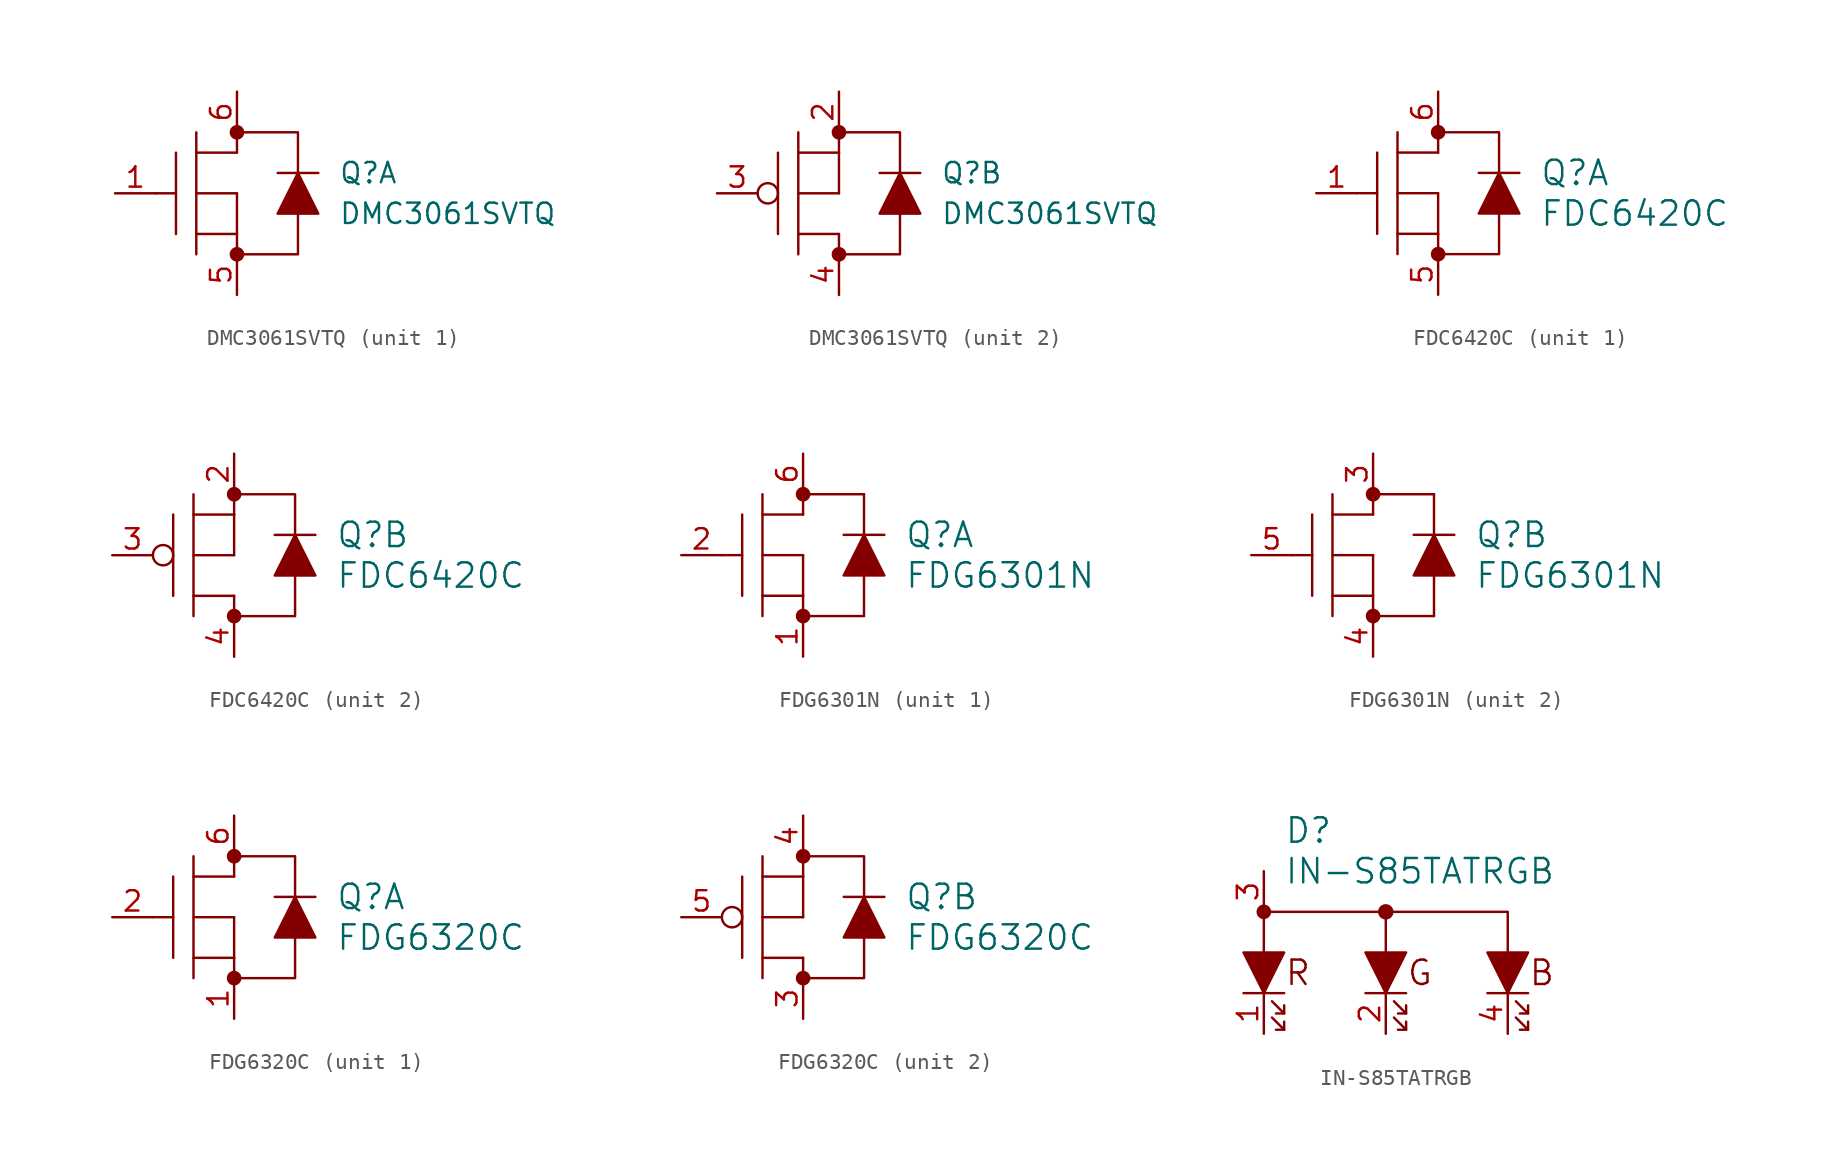
<source format=kicad_sym>
(kicad_symbol_lib
  (version 20231120)
  (generator "kicad_symbol_editor")
  (generator_version "8.0")
  (symbol "DMC3061SVTQ"
    (pin_names
      (offset 1.016))
    (property "Reference" "Q"
      (at 6.35 1.27 0)
      (effects (font (size 1.27 1.27)) (justify left)))
    (property "Value" "DMC3061SVTQ"
      (at 6.35 -1.27 0)
      (effects (font (size 1.27 1.27)) (justify left)))
    (property "ki_locked" ""
      (at 0 0 0)
      (effects (font (size 1.27 1.27))))
    (symbol "DMC3061SVTQ_0_1"
      (circle (center 0 -3.81) (radius 0.381) (stroke (width 0) (type default)) (fill (type outline)))
      (polyline (pts (xy -3.81 2.54) (xy -3.81 -2.54)) (stroke (width 0) (type default)) (fill (type none)))
      (polyline (pts (xy -2.54 -2.54) (xy 0 -2.54)) (stroke (width 0) (type default)) (fill (type none)))
      (polyline (pts (xy -2.54 0) (xy 0 0)) (stroke (width 0) (type default)) (fill (type none)))
      (polyline (pts (xy -2.54 3.81) (xy -2.54 -3.81)) (stroke (width 0) (type default)) (fill (type none)))
      (polyline (pts (xy 0 -2.54) (xy 0 -3.81)) (stroke (width 0) (type default)) (fill (type none)))
      (polyline (pts (xy 0 2.54) (xy -2.54 2.54)) (stroke (width 0) (type default)) (fill (type none)))
      (polyline (pts (xy 2.54 1.27) (xy 5.08 1.27)) (stroke (width 0) (type default)) (fill (type none)))
      (polyline (pts (xy 0 -3.81) (xy 3.81 -3.81) (xy 3.81 -1.27)) (stroke (width 0) (type default)) (fill (type none)))
      (polyline (pts (xy 0 2.54) (xy 0 3.81) (xy 3.81 3.81) (xy 3.81 1.27)) (stroke (width 0) (type default)) (fill (type none)))
      (polyline (pts (xy 3.81 1.27) (xy 2.54 -1.27) (xy 5.08 -1.27) (xy 3.81 1.27)) (stroke (width 0) (type default)) (fill (type outline)))
      (circle (center 0 3.81) (radius 0.381) (stroke (width 0) (type default)) (fill (type outline))))
    (symbol "DMC3061SVTQ_1_1"
      (polyline (pts (xy -5.08 0) (xy -3.81 0)) (stroke (width 0) (type default)) (fill (type none)))
      (polyline (pts (xy 0 0) (xy 0 -2.54)) (stroke (width 0) (type default)) (fill (type none)))
      (pin input line (at -7.62 0 0) (length 2.54) (name "~" (effects (font (size 1.27 1.27)))) (number "1" (effects (font (size 1.27 1.27)))))
      (pin input line (at 0 -6.35 90) (length 2.54) (name "~" (effects (font (size 1.27 1.27)))) (number "5" (effects (font (size 1.27 1.27)))))
      (pin input line (at 0 6.35 270) (length 2.54) (name "~" (effects (font (size 1.27 1.27)))) (number "6" (effects (font (size 1.27 1.27))))))
    (symbol "DMC3061SVTQ_2_1"
      (circle (center -4.445 0) (radius 0.635) (stroke (width 0) (type default)) (fill (type none)))
      (polyline (pts (xy 0 0) (xy 0 2.54)) (stroke (width 0) (type default)) (fill (type none)))
      (pin input line (at 0 6.35 270) (length 2.54) (name "~" (effects (font (size 1.27 1.27)))) (number "2" (effects (font (size 1.27 1.27)))))
      (pin input line (at -7.62 0 0) (length 2.54) (name "~" (effects (font (size 1.27 1.27)))) (number "3" (effects (font (size 1.27 1.27)))))
      (pin input line (at 0 -6.35 90) (length 2.54) (name "~" (effects (font (size 1.27 1.27)))) (number "4" (effects (font (size 1.27 1.27)))))))
  (symbol "FDC6420C"
    (pin_names
      (offset 1.016))
    (property "Reference" "Q"
      (at 6.35 1.27 0)
      (effects (font (size 1.524 1.524)) (justify left)))
    (property "Value" "FDC6420C"
      (at 6.35 -1.27 0)
      (effects (font (size 1.524 1.524)) (justify left)))
    (property "ki_locked" ""
      (at 0 0 0)
      (effects (font (size 1.27 1.27))))
    (symbol "FDC6420C_0_1"
      (circle (center 0 -3.81) (radius 0.381) (stroke (width 0) (type default)) (fill (type outline)))
      (polyline (pts (xy -3.81 2.54) (xy -3.81 -2.54)) (stroke (width 0) (type default)) (fill (type none)))
      (polyline (pts (xy -2.54 -2.54) (xy 0 -2.54)) (stroke (width 0) (type default)) (fill (type none)))
      (polyline (pts (xy -2.54 0) (xy 0 0)) (stroke (width 0) (type default)) (fill (type none)))
      (polyline (pts (xy -2.54 3.81) (xy -2.54 -3.81)) (stroke (width 0) (type default)) (fill (type none)))
      (polyline (pts (xy 0 -2.54) (xy 0 -3.81)) (stroke (width 0) (type default)) (fill (type none)))
      (polyline (pts (xy 0 2.54) (xy -2.54 2.54)) (stroke (width 0) (type default)) (fill (type none)))
      (polyline (pts (xy 2.54 1.27) (xy 5.08 1.27)) (stroke (width 0) (type default)) (fill (type none)))
      (polyline (pts (xy 0 -3.81) (xy 3.81 -3.81) (xy 3.81 -1.27)) (stroke (width 0) (type default)) (fill (type none)))
      (polyline (pts (xy 0 2.54) (xy 0 3.81) (xy 3.81 3.81) (xy 3.81 1.27)) (stroke (width 0) (type default)) (fill (type none)))
      (polyline (pts (xy 3.81 1.27) (xy 2.54 -1.27) (xy 5.08 -1.27) (xy 3.81 1.27)) (stroke (width 0) (type default)) (fill (type outline)))
      (circle (center 0 3.81) (radius 0.381) (stroke (width 0) (type default)) (fill (type outline))))
    (symbol "FDC6420C_1_1"
      (polyline (pts (xy -5.08 0) (xy -3.81 0)) (stroke (width 0) (type default)) (fill (type none)))
      (polyline (pts (xy 0 0) (xy 0 -2.54)) (stroke (width 0) (type default)) (fill (type none)))
      (pin input line (at -7.62 0 0) (length 2.54) (name "~" (effects (font (size 1.27 1.27)))) (number "1" (effects (font (size 1.27 1.27)))))
      (pin input line (at 0 -6.35 90) (length 2.54) (name "~" (effects (font (size 1.27 1.27)))) (number "5" (effects (font (size 1.27 1.27)))))
      (pin input line (at 0 6.35 270) (length 2.54) (name "~" (effects (font (size 1.27 1.27)))) (number "6" (effects (font (size 1.27 1.27))))))
    (symbol "FDC6420C_2_1"
      (circle (center -4.445 0) (radius 0.635) (stroke (width 0) (type default)) (fill (type none)))
      (polyline (pts (xy 0 0) (xy 0 2.54)) (stroke (width 0) (type default)) (fill (type none)))
      (pin input line (at 0 6.35 270) (length 2.54) (name "~" (effects (font (size 1.27 1.27)))) (number "2" (effects (font (size 1.27 1.27)))))
      (pin input line (at -7.62 0 0) (length 2.54) (name "~" (effects (font (size 1.27 1.27)))) (number "3" (effects (font (size 1.27 1.27)))))
      (pin input line (at 0 -6.35 90) (length 2.54) (name "~" (effects (font (size 1.27 1.27)))) (number "4" (effects (font (size 1.27 1.27)))))))
  (symbol "FDG6301N"
    (pin_names
      (offset 1.016))
    (property "Reference" "Q"
      (at 6.35 1.27 0)
      (effects (font (size 1.524 1.524)) (justify left)))
    (property "Value" "FDG6301N"
      (at 6.35 -1.27 0)
      (effects (font (size 1.524 1.524)) (justify left)))
    (property "ki_locked" ""
      (at 0 0 0)
      (effects (font (size 1.27 1.27))))
    (symbol "FDG6301N_0_1"
      (circle (center 0 -3.81) (radius 0.381) (stroke (width 0) (type default)) (fill (type outline)))
      (polyline (pts (xy -3.81 0) (xy -5.08 0)) (stroke (width 0) (type default)) (fill (type none)))
      (polyline (pts (xy -3.81 2.54) (xy -3.81 -2.54)) (stroke (width 0) (type default)) (fill (type none)))
      (polyline (pts (xy -2.54 -2.54) (xy 0 -2.54)) (stroke (width 0) (type default)) (fill (type none)))
      (polyline (pts (xy -2.54 0) (xy 0 0)) (stroke (width 0) (type default)) (fill (type none)))
      (polyline (pts (xy -2.54 3.81) (xy -2.54 -3.81)) (stroke (width 0) (type default)) (fill (type none)))
      (polyline (pts (xy 0 -2.54) (xy 0 -3.81)) (stroke (width 0) (type default)) (fill (type none)))
      (polyline (pts (xy 0 0) (xy 0 -2.54)) (stroke (width 0) (type default)) (fill (type none)))
      (polyline (pts (xy 0 2.54) (xy -2.54 2.54)) (stroke (width 0) (type default)) (fill (type none)))
      (polyline (pts (xy 0 3.81) (xy 0 2.54)) (stroke (width 0) (type default)) (fill (type none)))
      (polyline (pts (xy 0 3.81) (xy 3.81 3.81)) (stroke (width 0) (type default)) (fill (type none)))
      (polyline (pts (xy 2.54 1.27) (xy 5.08 1.27)) (stroke (width 0) (type default)) (fill (type none)))
      (polyline (pts (xy 3.81 -3.81) (xy 0 -3.81)) (stroke (width 0) (type default)) (fill (type none)))
      (polyline (pts (xy 3.81 -1.27) (xy 3.81 -3.81)) (stroke (width 0) (type default)) (fill (type none)))
      (polyline (pts (xy 3.81 3.81) (xy 3.81 1.27)) (stroke (width 0) (type default)) (fill (type none)))
      (polyline (pts (xy 3.81 1.27) (xy 2.54 -1.27) (xy 5.08 -1.27) (xy 3.81 1.27)) (stroke (width 0) (type default)) (fill (type outline)))
      (circle (center 0 3.81) (radius 0.381) (stroke (width 0) (type default)) (fill (type outline))))
    (symbol "FDG6301N_1_1"
      (pin input line (at 0 -6.35 90) (length 2.54) (name "~" (effects (font (size 1.27 1.27)))) (number "1" (effects (font (size 1.27 1.27)))))
      (pin input line (at -7.62 0 0) (length 2.54) (name "~" (effects (font (size 1.27 1.27)))) (number "2" (effects (font (size 1.27 1.27)))))
      (pin input line (at 0 6.35 270) (length 2.54) (name "~" (effects (font (size 1.27 1.27)))) (number "6" (effects (font (size 1.27 1.27))))))
    (symbol "FDG6301N_2_1"
      (pin input line (at 0 6.35 270) (length 2.54) (name "~" (effects (font (size 1.27 1.27)))) (number "3" (effects (font (size 1.27 1.27)))))
      (pin input line (at 0 -6.35 90) (length 2.54) (name "~" (effects (font (size 1.27 1.27)))) (number "4" (effects (font (size 1.27 1.27)))))
      (pin input line (at -7.62 0 0) (length 2.54) (name "~" (effects (font (size 1.27 1.27)))) (number "5" (effects (font (size 1.27 1.27)))))))
  (symbol "FDG6320C"
    (pin_names
      (offset 1.016))
    (property "Reference" "Q"
      (at 6.35 1.27 0)
      (effects (font (size 1.524 1.524)) (justify left)))
    (property "Value" "FDG6320C"
      (at 6.35 -1.27 0)
      (effects (font (size 1.524 1.524)) (justify left)))
    (property "ki_locked" ""
      (at 0 0 0)
      (effects (font (size 1.27 1.27))))
    (symbol "FDG6320C_0_1"
      (circle (center 0 -3.81) (radius 0.381) (stroke (width 0) (type default)) (fill (type outline)))
      (polyline (pts (xy -3.81 2.54) (xy -3.81 -2.54)) (stroke (width 0) (type default)) (fill (type none)))
      (polyline (pts (xy -2.54 -2.54) (xy 0 -2.54)) (stroke (width 0) (type default)) (fill (type none)))
      (polyline (pts (xy -2.54 0) (xy 0 0)) (stroke (width 0) (type default)) (fill (type none)))
      (polyline (pts (xy -2.54 3.81) (xy -2.54 -3.81)) (stroke (width 0) (type default)) (fill (type none)))
      (polyline (pts (xy 0 -2.54) (xy 0 -3.81)) (stroke (width 0) (type default)) (fill (type none)))
      (polyline (pts (xy 0 2.54) (xy -2.54 2.54)) (stroke (width 0) (type default)) (fill (type none)))
      (polyline (pts (xy 2.54 1.27) (xy 5.08 1.27)) (stroke (width 0) (type default)) (fill (type none)))
      (polyline (pts (xy 0 -3.81) (xy 3.81 -3.81) (xy 3.81 -1.27)) (stroke (width 0) (type default)) (fill (type none)))
      (polyline (pts (xy 0 2.54) (xy 0 3.81) (xy 3.81 3.81) (xy 3.81 1.27)) (stroke (width 0) (type default)) (fill (type none)))
      (polyline (pts (xy 3.81 1.27) (xy 2.54 -1.27) (xy 5.08 -1.27) (xy 3.81 1.27)) (stroke (width 0) (type default)) (fill (type outline)))
      (circle (center 0 3.81) (radius 0.381) (stroke (width 0) (type default)) (fill (type outline))))
    (symbol "FDG6320C_1_1"
      (polyline (pts (xy -5.08 0) (xy -3.81 0)) (stroke (width 0) (type default)) (fill (type none)))
      (polyline (pts (xy 0 0) (xy 0 -2.54)) (stroke (width 0) (type default)) (fill (type none)))
      (pin input line (at 0 -6.35 90) (length 2.54) (name "~" (effects (font (size 1.27 1.27)))) (number "1" (effects (font (size 1.27 1.27)))))
      (pin input line (at -7.62 0 0) (length 2.54) (name "~" (effects (font (size 1.27 1.27)))) (number "2" (effects (font (size 1.27 1.27)))))
      (pin input line (at 0 6.35 270) (length 2.54) (name "~" (effects (font (size 1.27 1.27)))) (number "6" (effects (font (size 1.27 1.27))))))
    (symbol "FDG6320C_2_1"
      (circle (center -4.445 0) (radius 0.635) (stroke (width 0) (type default)) (fill (type none)))
      (polyline (pts (xy 0 0) (xy 0 2.54)) (stroke (width 0) (type default)) (fill (type none)))
      (pin input line (at 0 -6.35 90) (length 2.54) (name "~" (effects (font (size 1.27 1.27)))) (number "3" (effects (font (size 1.27 1.27)))))
      (pin input line (at 0 6.35 270) (length 2.54) (name "~" (effects (font (size 1.27 1.27)))) (number "4" (effects (font (size 1.27 1.27)))))
      (pin input line (at -7.62 0 0) (length 2.54) (name "~" (effects (font (size 1.27 1.27)))) (number "5" (effects (font (size 1.27 1.27)))))))
  (symbol "IN-S85TATRGB"
    (pin_names
      (offset 1.016))
    (property "Reference" "D"
      (at -6.35 8.89 0)
      (effects (font (size 1.524 1.524)) (justify left)))
    (property "Value" "IN-S85TATRGB"
      (at -6.35 6.35 0)
      (effects (font (size 1.524 1.524)) (justify left)))
    (symbol "IN-S85TATRGB_0_0"
      (circle (center -7.62 3.81) (radius 0.381) (stroke (width 0) (type default)) (fill (type outline)))
      (polyline (pts (xy -8.89 -1.27) (xy -6.35 -1.27)) (stroke (width 0) (type default)) (fill (type none)))
      (polyline (pts (xy -6.35 -3.556) (xy -6.858 -3.556)) (stroke (width 0) (type default)) (fill (type none)))
      (polyline (pts (xy -6.35 -2.54) (xy -6.858 -2.54)) (stroke (width 0) (type default)) (fill (type none)))
      (polyline (pts (xy 0 1.27) (xy 0 3.81)) (stroke (width 0) (type default)) (fill (type none)))
      (polyline (pts (xy 1.27 -3.556) (xy 0.762 -3.556)) (stroke (width 0) (type default)) (fill (type none)))
      (polyline (pts (xy 1.27 -2.54) (xy 0.762 -2.54)) (stroke (width 0) (type default)) (fill (type none)))
      (polyline (pts (xy 8.89 -3.556) (xy 8.382 -3.556)) (stroke (width 0) (type default)) (fill (type none)))
      (polyline (pts (xy 8.89 -2.54) (xy 8.382 -2.54)) (stroke (width 0) (type default)) (fill (type none)))
      (polyline (pts (xy -7.112 -2.794) (xy -6.35 -3.556) (xy -6.35 -3.048)) (stroke (width 0) (type default)) (fill (type none)))
      (polyline (pts (xy -7.112 -1.778) (xy -6.35 -2.54) (xy -6.35 -2.032)) (stroke (width 0) (type default)) (fill (type none)))
      (polyline (pts (xy 0.508 -2.794) (xy 1.27 -3.556) (xy 1.27 -3.048)) (stroke (width 0) (type default)) (fill (type none)))
      (polyline (pts (xy 0.508 -1.778) (xy 1.27 -2.54) (xy 1.27 -2.032)) (stroke (width 0) (type default)) (fill (type none)))
      (polyline (pts (xy 8.128 -2.794) (xy 8.89 -3.556) (xy 8.89 -3.048)) (stroke (width 0) (type default)) (fill (type none)))
      (polyline (pts (xy 8.128 -1.778) (xy 8.89 -2.54) (xy 8.89 -2.032)) (stroke (width 0) (type default)) (fill (type none)))
      (polyline (pts (xy -6.35 1.27) (xy -8.89 1.27) (xy -7.62 -1.27) (xy -6.35 1.27)) (stroke (width 0) (type default)) (fill (type outline)))
      (polyline (pts (xy 7.62 1.27) (xy 7.62 3.81) (xy -7.62 3.81) (xy -7.62 1.27)) (stroke (width 0) (type default)) (fill (type none)))
      (circle (center 0 3.81) (radius 0.406) (stroke (width 0) (type default)) (fill (type outline)))
      (text "B" (at 8.89 0 0) (effects (font (size 1.524 1.524)) (justify left)))
      (text "G" (at 1.27 0 0) (effects (font (size 1.524 1.524)) (justify left)))
      (text "R" (at -6.35 0 0) (effects (font (size 1.524 1.524)) (justify left))))
    (symbol "IN-S85TATRGB_0_1"
      (polyline (pts (xy -1.27 -1.27) (xy 1.27 -1.27)) (stroke (width 0) (type default)) (fill (type none)))
      (polyline (pts (xy 6.35 -1.27) (xy 8.89 -1.27)) (stroke (width 0) (type default)) (fill (type none)))
      (polyline (pts (xy -1.27 1.27) (xy 1.27 1.27) (xy 0 -1.27) (xy -1.27 1.27)) (stroke (width 0) (type default)) (fill (type outline)))
      (polyline (pts (xy 6.35 1.27) (xy 8.89 1.27) (xy 7.62 -1.27) (xy 6.35 1.27)) (stroke (width 0) (type default)) (fill (type outline))))
    (symbol "IN-S85TATRGB_1_1"
      (pin input line (at -7.62 -3.81 90) (length 2.54) (name "~" (effects (font (size 1.27 1.27)))) (number "1" (effects (font (size 1.27 1.27)))))
      (pin input line (at 0 -3.81 90) (length 2.54) (name "~" (effects (font (size 1.27 1.27)))) (number "2" (effects (font (size 1.27 1.27)))))
      (pin input line (at -7.62 6.35 270) (length 2.54) (name "~" (effects (font (size 1.27 1.27)))) (number "3" (effects (font (size 1.27 1.27)))))
      (pin input line (at 7.62 -3.81 90) (length 2.54) (name "~" (effects (font (size 1.27 1.27)))) (number "4" (effects (font (size 1.27 1.27))))))))
</source>
